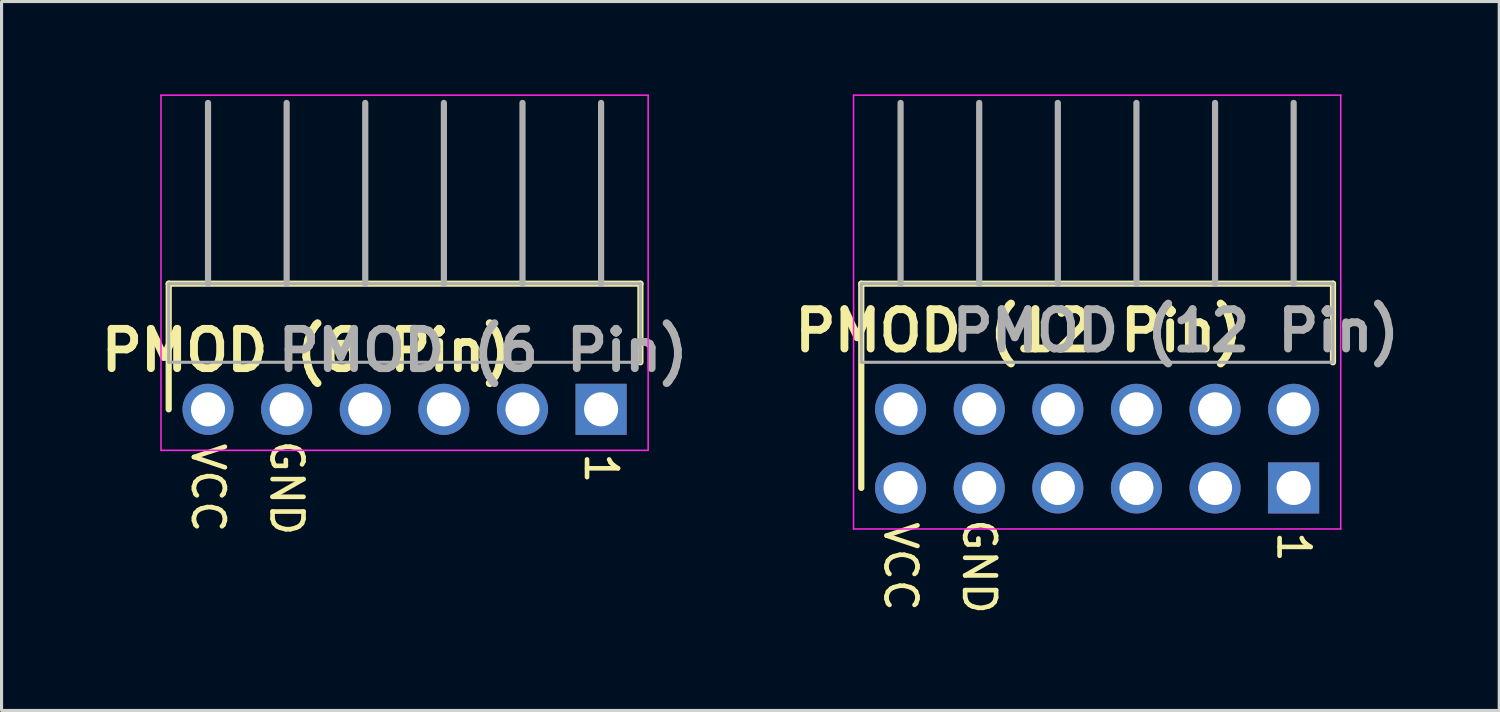
<source format=kicad_pcb>
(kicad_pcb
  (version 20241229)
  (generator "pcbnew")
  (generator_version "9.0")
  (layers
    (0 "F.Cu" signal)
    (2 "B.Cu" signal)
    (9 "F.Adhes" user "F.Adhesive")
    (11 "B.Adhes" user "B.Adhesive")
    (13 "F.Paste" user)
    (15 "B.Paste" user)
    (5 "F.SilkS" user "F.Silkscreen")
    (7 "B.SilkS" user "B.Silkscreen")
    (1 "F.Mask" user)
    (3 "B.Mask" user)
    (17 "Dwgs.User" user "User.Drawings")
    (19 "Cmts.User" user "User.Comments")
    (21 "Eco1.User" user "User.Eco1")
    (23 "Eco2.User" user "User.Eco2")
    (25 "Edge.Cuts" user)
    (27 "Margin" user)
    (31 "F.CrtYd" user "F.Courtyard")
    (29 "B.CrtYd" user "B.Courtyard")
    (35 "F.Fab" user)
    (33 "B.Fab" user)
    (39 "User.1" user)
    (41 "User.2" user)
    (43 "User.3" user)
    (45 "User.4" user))
  (footprint "PMOD (12 Pin)"
    (layer "F.Cu")
    (at 26.047 12.715)
    (property "Reference" "PMOD (12 Pin)" (at 3.81 -5.08 0) (layer "F.SilkS") (effects (font (size 1.27 1.27) (thickness 0.254))))
    (attr through_hole)
    (fp_line (start -1.27 -6.6) (end 13.97 -6.6) (stroke (width 0.2) (type solid)) (layer "F.SilkS"))
    (fp_line (start -1.27 0) (end -1.27 -6.6) (stroke (width 0.2) (type solid)) (layer "F.SilkS"))
    (fp_line (start 13.97 -6.6) (end 13.97 -4.06) (stroke (width 0.2) (type solid)) (layer "F.SilkS"))
    (fp_line (start -1.52 -12.69) (end -1.52 1.325) (stroke (width 0.05) (type solid)) (layer "F.CrtYd"))
    (fp_line (start -1.52 1.325) (end 14.22 1.325) (stroke (width 0.05) (type solid)) (layer "F.CrtYd"))
    (fp_line (start 14.22 -12.69) (end -1.52 -12.69) (stroke (width 0.05) (type solid)) (layer "F.CrtYd"))
    (fp_line (start 14.22 1.325) (end 14.22 -12.69) (stroke (width 0.05) (type solid)) (layer "F.CrtYd"))
    (fp_line (start -1.27 -6.6) (end 13.97 -6.6) (stroke (width 0.1) (type solid)) (layer "F.Fab"))
    (fp_line (start -1.27 -4.06) (end -1.27 -6.6) (stroke (width 0.1) (type solid)) (layer "F.Fab"))
    (fp_line (start 0 -6.6) (end 0 -12.44) (stroke (width 0.2) (type solid)) (layer "F.Fab"))
    (fp_line (start 2.54 -6.6) (end 2.54 -12.44) (stroke (width 0.2) (type solid)) (layer "F.Fab"))
    (fp_line (start 5.08 -6.6) (end 5.08 -12.44) (stroke (width 0.2) (type solid)) (layer "F.Fab"))
    (fp_line (start 7.62 -6.6) (end 7.62 -12.44) (stroke (width 0.2) (type solid)) (layer "F.Fab"))
    (fp_line (start 10.16 -6.6) (end 10.16 -12.44) (stroke (width 0.2) (type solid)) (layer "F.Fab"))
    (fp_line (start 12.7 -6.6) (end 12.7 -12.44) (stroke (width 0.2) (type solid)) (layer "F.Fab"))
    (fp_line (start 13.97 -6.6) (end 13.97 -4.06) (stroke (width 0.1) (type solid)) (layer "F.Fab"))
    (fp_line (start 13.97 -4.06) (end -1.27 -4.06) (stroke (width 0.1) (type solid)) (layer "F.Fab"))
    (fp_text user "VCC" (at 0 2.54 270) (unlocked yes) (layer "F.SilkS") (effects (font (size 1 1) (thickness 0.15))))
    (fp_text user "1" (at 12.7 1.905 270) (unlocked yes) (layer "F.SilkS") (effects (font (size 1 1) (thickness 0.15))))
    (fp_text user "GND" (at 2.54 2.54 270) (unlocked yes) (layer "F.SilkS") (effects (font (size 1 1) (thickness 0.15))))
    (fp_text user "${REFERENCE}" (at 8.89 -5.08 0) (layer "F.Fab") (effects (font (size 1.27 1.27) (thickness 0.254))))
    (pad "1" thru_hole rect (at 12.7 0) (size 1.65 1.65) (drill 1.1) (layers "*.Cu" "*.Mask"))
    (pad "2" thru_hole circle (at 10.16 0) (size 1.65 1.65) (drill 1.1) (layers "*.Cu" "*.Mask"))
    (pad "3" thru_hole circle (at 7.62 0) (size 1.65 1.65) (drill 1.1) (layers "*.Cu" "*.Mask"))
    (pad "4" thru_hole circle (at 5.08 0) (size 1.65 1.65) (drill 1.1) (layers "*.Cu" "*.Mask"))
    (pad "5" thru_hole circle (at 2.54 0) (size 1.65 1.65) (drill 1.1) (layers "*.Cu" "*.Mask"))
    (pad "6" thru_hole circle (at 0 0) (size 1.65 1.65) (drill 1.1) (layers "*.Cu" "*.Mask"))
    (pad "7" thru_hole circle (at 12.7 -2.54) (size 1.65 1.65) (drill 1.1) (layers "*.Cu" "*.Mask"))
    (pad "8" thru_hole circle (at 10.16 -2.54) (size 1.65 1.65) (drill 1.1) (layers "*.Cu" "*.Mask"))
    (pad "9" thru_hole circle (at 7.62 -2.54) (size 1.65 1.65) (drill 1.1) (layers "*.Cu" "*.Mask"))
    (pad "10" thru_hole circle (at 5.08 -2.54) (size 1.65 1.65) (drill 1.1) (layers "*.Cu" "*.Mask"))
    (pad "11" thru_hole circle (at 2.54 -2.54) (size 1.65 1.65) (drill 1.1) (layers "*.Cu" "*.Mask"))
    (pad "12" thru_hole circle (at 0 -2.54) (size 1.65 1.65) (drill 1.1) (layers "*.Cu" "*.Mask")))
  (footprint "PMOD (6 Pin)"
    (layer "F.Cu")
    (at 3.671 10.175)
    (property "Reference" "PMOD (6 Pin)" (at 3.175 -1.905 0) (layer "F.SilkS") (effects (font (size 1.27 1.27) (thickness 0.254))))
    (attr through_hole)
    (fp_line (start -1.27 -4.06) (end 13.97 -4.06) (stroke (width 0.2) (type solid)) (layer "F.SilkS"))
    (fp_line (start -1.27 0) (end -1.27 -4.06) (stroke (width 0.2) (type solid)) (layer "F.SilkS"))
    (fp_line (start 13.97 -4.06) (end 13.97 -1.52) (stroke (width 0.2) (type solid)) (layer "F.SilkS"))
    (fp_line (start -1.52 -10.15) (end -1.52 1.325) (stroke (width 0.05) (type solid)) (layer "F.CrtYd"))
    (fp_line (start -1.52 1.325) (end 14.22 1.325) (stroke (width 0.05) (type solid)) (layer "F.CrtYd"))
    (fp_line (start 14.22 -10.15) (end -1.52 -10.15) (stroke (width 0.05) (type solid)) (layer "F.CrtYd"))
    (fp_line (start 14.22 1.325) (end 14.22 -10.15) (stroke (width 0.05) (type solid)) (layer "F.CrtYd"))
    (fp_line (start -1.27 -4.06) (end 13.97 -4.06) (stroke (width 0.1) (type solid)) (layer "F.Fab"))
    (fp_line (start -1.27 -1.52) (end -1.27 -4.06) (stroke (width 0.1) (type solid)) (layer "F.Fab"))
    (fp_line (start 0 -4.06) (end 0 -9.9) (stroke (width 0.2) (type solid)) (layer "F.Fab"))
    (fp_line (start 2.54 -4.06) (end 2.54 -9.9) (stroke (width 0.2) (type solid)) (layer "F.Fab"))
    (fp_line (start 5.08 -4.06) (end 5.08 -9.9) (stroke (width 0.2) (type solid)) (layer "F.Fab"))
    (fp_line (start 7.62 -4.06) (end 7.62 -9.9) (stroke (width 0.2) (type solid)) (layer "F.Fab"))
    (fp_line (start 10.16 -4.06) (end 10.16 -9.9) (stroke (width 0.2) (type solid)) (layer "F.Fab"))
    (fp_line (start 12.7 -4.06) (end 12.7 -9.9) (stroke (width 0.2) (type solid)) (layer "F.Fab"))
    (fp_line (start 13.97 -4.06) (end 13.97 -1.52) (stroke (width 0.1) (type solid)) (layer "F.Fab"))
    (fp_line (start 13.97 -1.52) (end -1.27 -1.52) (stroke (width 0.1) (type solid)) (layer "F.Fab"))
    (fp_text user "VCC" (at 0 2.54 270) (unlocked yes) (layer "F.SilkS") (effects (font (size 1 1) (thickness 0.15))))
    (fp_text user "GND" (at 2.54 2.54 270) (unlocked yes) (layer "F.SilkS") (effects (font (size 1 1) (thickness 0.15))))
    (fp_text user "1" (at 12.7 1.905 270) (unlocked yes) (layer "F.SilkS") (effects (font (size 1 1) (thickness 0.15))))
    (fp_text user "${REFERENCE}" (at 8.89 -1.905 0) (layer "F.Fab") (effects (font (size 1.27 1.27) (thickness 0.254))))
    (pad "1" thru_hole rect (at 12.7 0) (size 1.65 1.65) (drill 1.1) (layers "*.Cu" "*.Mask"))
    (pad "2" thru_hole circle (at 10.16 0) (size 1.65 1.65) (drill 1.1) (layers "*.Cu" "*.Mask"))
    (pad "3" thru_hole circle (at 7.62 0) (size 1.65 1.65) (drill 1.1) (layers "*.Cu" "*.Mask"))
    (pad "4" thru_hole circle (at 5.08 0) (size 1.65 1.65) (drill 1.1) (layers "*.Cu" "*.Mask"))
    (pad "5" thru_hole circle (at 2.54 0) (size 1.65 1.65) (drill 1.1) (layers "*.Cu" "*.Mask"))
    (pad "6" thru_hole circle (at 0 0) (size 1.65 1.65) (drill 1.1) (layers "*.Cu" "*.Mask")))
  (gr_rect
    (start -3 -3)
    (end 45.388 19.904)
    (stroke (width 0.1) (type default))
    (fill no)
    (layer "Edge.Cuts")))
</source>
